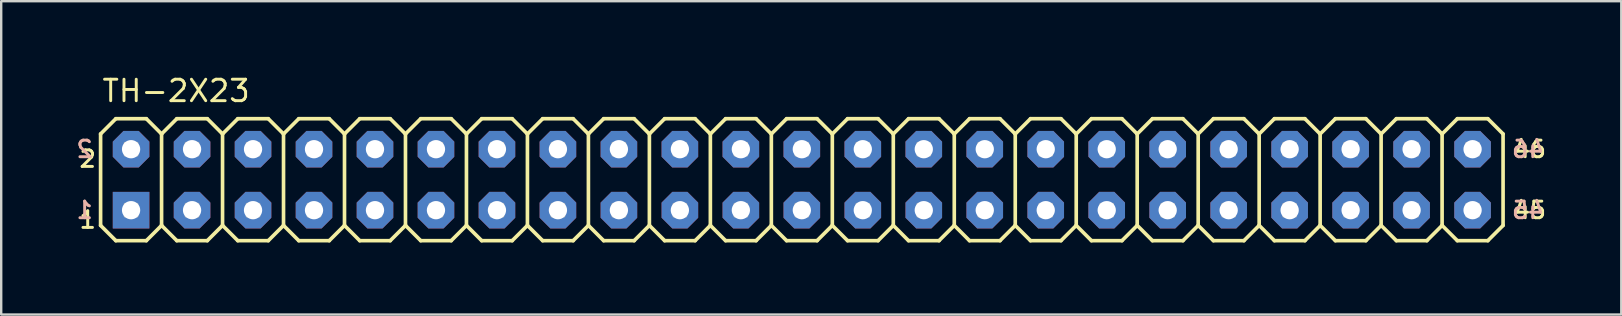
<source format=kicad_pcb>
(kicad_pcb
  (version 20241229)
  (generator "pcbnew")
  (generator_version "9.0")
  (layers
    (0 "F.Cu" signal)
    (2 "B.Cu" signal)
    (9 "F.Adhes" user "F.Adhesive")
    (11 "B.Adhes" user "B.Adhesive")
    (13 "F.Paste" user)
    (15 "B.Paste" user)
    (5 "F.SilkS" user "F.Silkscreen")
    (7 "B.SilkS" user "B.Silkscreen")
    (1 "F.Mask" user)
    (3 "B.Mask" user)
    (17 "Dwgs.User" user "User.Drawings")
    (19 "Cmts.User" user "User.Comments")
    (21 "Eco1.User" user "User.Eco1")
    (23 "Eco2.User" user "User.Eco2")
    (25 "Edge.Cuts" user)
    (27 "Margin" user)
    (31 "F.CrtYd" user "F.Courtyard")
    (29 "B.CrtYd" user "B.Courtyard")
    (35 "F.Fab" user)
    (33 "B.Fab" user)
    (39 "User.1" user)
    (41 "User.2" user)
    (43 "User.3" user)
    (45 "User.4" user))
  (footprint "TH-2X23"
    (layer "F.Cu")
    (at 30.35 4.435)
    (property "Reference" "TH-2X23" (at -29.21 -3.175 0) (layer "F.SilkS") (effects (font (size 0.894 0.894) (thickness 0.122)) (justify left bottom)))
    (fp_line (start -29.21 -1.905) (end -28.575 -2.54) (stroke (width 0.152) (type solid)) (layer "F.SilkS"))
    (fp_line (start -29.21 1.905) (end -29.21 -1.905) (stroke (width 0.152) (type solid)) (layer "F.SilkS"))
    (fp_line (start -29.21 1.905) (end -28.575 2.54) (stroke (width 0.152) (type solid)) (layer "F.SilkS"))
    (fp_line (start -28.575 -2.54) (end -27.305 -2.54) (stroke (width 0.152) (type solid)) (layer "F.SilkS"))
    (fp_line (start -28.575 2.54) (end -27.305 2.54) (stroke (width 0.152) (type solid)) (layer "F.SilkS"))
    (fp_line (start -27.305 -2.54) (end -26.67 -1.905) (stroke (width 0.152) (type solid)) (layer "F.SilkS"))
    (fp_line (start -27.305 2.54) (end -26.67 1.905) (stroke (width 0.152) (type solid)) (layer "F.SilkS"))
    (fp_line (start -26.67 -1.905) (end -26.67 1.905) (stroke (width 0.152) (type solid)) (layer "F.SilkS"))
    (fp_line (start -26.67 -1.905) (end -26.035 -2.54) (stroke (width 0.152) (type solid)) (layer "F.SilkS"))
    (fp_line (start -26.67 1.905) (end -26.035 2.54) (stroke (width 0.152) (type solid)) (layer "F.SilkS"))
    (fp_line (start -26.035 -2.54) (end -24.765 -2.54) (stroke (width 0.152) (type solid)) (layer "F.SilkS"))
    (fp_line (start -26.035 2.54) (end -24.765 2.54) (stroke (width 0.152) (type solid)) (layer "F.SilkS"))
    (fp_line (start -24.765 -2.54) (end -24.13 -1.905) (stroke (width 0.152) (type solid)) (layer "F.SilkS"))
    (fp_line (start -24.765 2.54) (end -24.13 1.905) (stroke (width 0.152) (type solid)) (layer "F.SilkS"))
    (fp_line (start -24.13 -1.905) (end -24.13 1.905) (stroke (width 0.152) (type solid)) (layer "F.SilkS"))
    (fp_line (start -24.13 -1.905) (end -23.495 -2.54) (stroke (width 0.152) (type solid)) (layer "F.SilkS"))
    (fp_line (start -24.13 1.905) (end -23.495 2.54) (stroke (width 0.152) (type solid)) (layer "F.SilkS"))
    (fp_line (start -23.495 -2.54) (end -22.225 -2.54) (stroke (width 0.152) (type solid)) (layer "F.SilkS"))
    (fp_line (start -23.495 2.54) (end -22.225 2.54) (stroke (width 0.152) (type solid)) (layer "F.SilkS"))
    (fp_line (start -22.225 -2.54) (end -21.59 -1.905) (stroke (width 0.152) (type solid)) (layer "F.SilkS"))
    (fp_line (start -22.225 2.54) (end -21.59 1.905) (stroke (width 0.152) (type solid)) (layer "F.SilkS"))
    (fp_line (start -21.59 -1.905) (end -21.59 1.905) (stroke (width 0.152) (type solid)) (layer "F.SilkS"))
    (fp_line (start -21.59 -1.905) (end -20.955 -2.54) (stroke (width 0.152) (type solid)) (layer "F.SilkS"))
    (fp_line (start -21.59 1.905) (end -20.955 2.54) (stroke (width 0.152) (type solid)) (layer "F.SilkS"))
    (fp_line (start -20.955 -2.54) (end -19.685 -2.54) (stroke (width 0.152) (type solid)) (layer "F.SilkS"))
    (fp_line (start -20.955 2.54) (end -19.685 2.54) (stroke (width 0.152) (type solid)) (layer "F.SilkS"))
    (fp_line (start -19.685 -2.54) (end -19.05 -1.905) (stroke (width 0.152) (type solid)) (layer "F.SilkS"))
    (fp_line (start -19.685 2.54) (end -19.05 1.905) (stroke (width 0.152) (type solid)) (layer "F.SilkS"))
    (fp_line (start -19.05 -1.905) (end -19.05 1.905) (stroke (width 0.152) (type solid)) (layer "F.SilkS"))
    (fp_line (start -19.05 -1.905) (end -18.415 -2.54) (stroke (width 0.152) (type solid)) (layer "F.SilkS"))
    (fp_line (start -19.05 1.905) (end -18.415 2.54) (stroke (width 0.152) (type solid)) (layer "F.SilkS"))
    (fp_line (start -18.415 -2.54) (end -17.145 -2.54) (stroke (width 0.152) (type solid)) (layer "F.SilkS"))
    (fp_line (start -18.415 2.54) (end -17.145 2.54) (stroke (width 0.152) (type solid)) (layer "F.SilkS"))
    (fp_line (start -17.145 -2.54) (end -16.51 -1.905) (stroke (width 0.152) (type solid)) (layer "F.SilkS"))
    (fp_line (start -17.145 2.54) (end -16.51 1.905) (stroke (width 0.152) (type solid)) (layer "F.SilkS"))
    (fp_line (start -16.51 -1.905) (end -16.51 1.905) (stroke (width 0.152) (type solid)) (layer "F.SilkS"))
    (fp_line (start -16.51 -1.905) (end -15.875 -2.54) (stroke (width 0.152) (type solid)) (layer "F.SilkS"))
    (fp_line (start -16.51 1.905) (end -15.875 2.54) (stroke (width 0.152) (type solid)) (layer "F.SilkS"))
    (fp_line (start -15.875 -2.54) (end -14.605 -2.54) (stroke (width 0.152) (type solid)) (layer "F.SilkS"))
    (fp_line (start -15.875 2.54) (end -14.605 2.54) (stroke (width 0.152) (type solid)) (layer "F.SilkS"))
    (fp_line (start -14.605 -2.54) (end -13.97 -1.905) (stroke (width 0.152) (type solid)) (layer "F.SilkS"))
    (fp_line (start -14.605 2.54) (end -13.97 1.905) (stroke (width 0.152) (type solid)) (layer "F.SilkS"))
    (fp_line (start -13.97 -1.905) (end -13.97 1.905) (stroke (width 0.152) (type solid)) (layer "F.SilkS"))
    (fp_line (start -13.97 -1.905) (end -13.335 -2.54) (stroke (width 0.152) (type solid)) (layer "F.SilkS"))
    (fp_line (start -13.97 1.905) (end -13.335 2.54) (stroke (width 0.152) (type solid)) (layer "F.SilkS"))
    (fp_line (start -13.335 -2.54) (end -12.065 -2.54) (stroke (width 0.152) (type solid)) (layer "F.SilkS"))
    (fp_line (start -12.065 -2.54) (end -11.43 -1.905) (stroke (width 0.152) (type solid)) (layer "F.SilkS"))
    (fp_line (start -12.065 2.54) (end -13.335 2.54) (stroke (width 0.152) (type solid)) (layer "F.SilkS"))
    (fp_line (start -11.43 -1.905) (end -11.43 1.905) (stroke (width 0.152) (type solid)) (layer "F.SilkS"))
    (fp_line (start -11.43 -1.905) (end -10.795 -2.54) (stroke (width 0.152) (type solid)) (layer "F.SilkS"))
    (fp_line (start -11.43 1.905) (end -12.065 2.54) (stroke (width 0.152) (type solid)) (layer "F.SilkS"))
    (fp_line (start -11.43 1.905) (end -10.795 2.54) (stroke (width 0.152) (type solid)) (layer "F.SilkS"))
    (fp_line (start -10.795 -2.54) (end -9.525 -2.54) (stroke (width 0.152) (type solid)) (layer "F.SilkS"))
    (fp_line (start -9.525 -2.54) (end -8.89 -1.905) (stroke (width 0.152) (type solid)) (layer "F.SilkS"))
    (fp_line (start -9.525 2.54) (end -10.795 2.54) (stroke (width 0.152) (type solid)) (layer "F.SilkS"))
    (fp_line (start -8.89 -1.905) (end -8.89 1.905) (stroke (width 0.152) (type solid)) (layer "F.SilkS"))
    (fp_line (start -8.89 -1.905) (end -8.255 -2.54) (stroke (width 0.152) (type solid)) (layer "F.SilkS"))
    (fp_line (start -8.89 1.905) (end -9.525 2.54) (stroke (width 0.152) (type solid)) (layer "F.SilkS"))
    (fp_line (start -8.89 1.905) (end -8.255 2.54) (stroke (width 0.152) (type solid)) (layer "F.SilkS"))
    (fp_line (start -8.255 -2.54) (end -6.985 -2.54) (stroke (width 0.152) (type solid)) (layer "F.SilkS"))
    (fp_line (start -6.985 -2.54) (end -6.35 -1.905) (stroke (width 0.152) (type solid)) (layer "F.SilkS"))
    (fp_line (start -6.985 2.54) (end -8.255 2.54) (stroke (width 0.152) (type solid)) (layer "F.SilkS"))
    (fp_line (start -6.35 -1.905) (end -6.35 1.905) (stroke (width 0.152) (type solid)) (layer "F.SilkS"))
    (fp_line (start -6.35 -1.905) (end -5.715 -2.54) (stroke (width 0.152) (type solid)) (layer "F.SilkS"))
    (fp_line (start -6.35 1.905) (end -6.985 2.54) (stroke (width 0.152) (type solid)) (layer "F.SilkS"))
    (fp_line (start -6.35 1.905) (end -5.715 2.54) (stroke (width 0.152) (type solid)) (layer "F.SilkS"))
    (fp_line (start -5.715 -2.54) (end -4.445 -2.54) (stroke (width 0.152) (type solid)) (layer "F.SilkS"))
    (fp_line (start -4.445 -2.54) (end -3.81 -1.905) (stroke (width 0.152) (type solid)) (layer "F.SilkS"))
    (fp_line (start -4.445 2.54) (end -5.715 2.54) (stroke (width 0.152) (type solid)) (layer "F.SilkS"))
    (fp_line (start -3.81 -1.905) (end -3.81 1.905) (stroke (width 0.152) (type solid)) (layer "F.SilkS"))
    (fp_line (start -3.81 -1.905) (end -3.175 -2.54) (stroke (width 0.152) (type solid)) (layer "F.SilkS"))
    (fp_line (start -3.81 1.905) (end -4.445 2.54) (stroke (width 0.152) (type solid)) (layer "F.SilkS"))
    (fp_line (start -3.81 1.905) (end -3.175 2.54) (stroke (width 0.152) (type solid)) (layer "F.SilkS"))
    (fp_line (start -3.175 -2.54) (end -1.905 -2.54) (stroke (width 0.152) (type solid)) (layer "F.SilkS"))
    (fp_line (start -1.905 -2.54) (end -1.27 -1.905) (stroke (width 0.152) (type solid)) (layer "F.SilkS"))
    (fp_line (start -1.905 2.54) (end -3.175 2.54) (stroke (width 0.152) (type solid)) (layer "F.SilkS"))
    (fp_line (start -1.27 -1.905) (end -1.27 1.905) (stroke (width 0.152) (type solid)) (layer "F.SilkS"))
    (fp_line (start -1.27 -1.905) (end -0.635 -2.54) (stroke (width 0.152) (type solid)) (layer "F.SilkS"))
    (fp_line (start -1.27 1.905) (end -1.905 2.54) (stroke (width 0.152) (type solid)) (layer "F.SilkS"))
    (fp_line (start -1.27 1.905) (end -0.635 2.54) (stroke (width 0.152) (type solid)) (layer "F.SilkS"))
    (fp_line (start -0.635 -2.54) (end 0.635 -2.54) (stroke (width 0.152) (type solid)) (layer "F.SilkS"))
    (fp_line (start 0.635 2.54) (end -0.635 2.54) (stroke (width 0.152) (type solid)) (layer "F.SilkS"))
    (fp_line (start 1.27 -1.905) (end 0.635 -2.54) (stroke (width 0.152) (type solid)) (layer "F.SilkS"))
    (fp_line (start 1.27 -1.905) (end 1.27 1.905) (stroke (width 0.152) (type solid)) (layer "F.SilkS"))
    (fp_line (start 1.27 -1.905) (end 1.905 -2.54) (stroke (width 0.152) (type solid)) (layer "F.SilkS"))
    (fp_line (start 1.27 1.905) (end 0.635 2.54) (stroke (width 0.152) (type solid)) (layer "F.SilkS"))
    (fp_line (start 1.27 1.905) (end 1.905 2.54) (stroke (width 0.152) (type solid)) (layer "F.SilkS"))
    (fp_line (start 3.175 -2.54) (end 1.905 -2.54) (stroke (width 0.152) (type solid)) (layer "F.SilkS"))
    (fp_line (start 3.175 -2.54) (end 3.81 -1.905) (stroke (width 0.152) (type solid)) (layer "F.SilkS"))
    (fp_line (start 3.175 2.54) (end 1.905 2.54) (stroke (width 0.152) (type solid)) (layer "F.SilkS"))
    (fp_line (start 3.81 -1.905) (end 3.81 1.905) (stroke (width 0.152) (type solid)) (layer "F.SilkS"))
    (fp_line (start 3.81 -1.905) (end 4.445 -2.54) (stroke (width 0.152) (type solid)) (layer "F.SilkS"))
    (fp_line (start 3.81 1.905) (end 3.175 2.54) (stroke (width 0.152) (type solid)) (layer "F.SilkS"))
    (fp_line (start 3.81 1.905) (end 4.445 2.54) (stroke (width 0.152) (type solid)) (layer "F.SilkS"))
    (fp_line (start 5.715 -2.54) (end 4.445 -2.54) (stroke (width 0.152) (type solid)) (layer "F.SilkS"))
    (fp_line (start 5.715 -2.54) (end 6.35 -1.905) (stroke (width 0.152) (type solid)) (layer "F.SilkS"))
    (fp_line (start 5.715 2.54) (end 4.445 2.54) (stroke (width 0.152) (type solid)) (layer "F.SilkS"))
    (fp_line (start 6.35 -1.905) (end 6.35 1.905) (stroke (width 0.152) (type solid)) (layer "F.SilkS"))
    (fp_line (start 6.35 -1.905) (end 6.985 -2.54) (stroke (width 0.152) (type solid)) (layer "F.SilkS"))
    (fp_line (start 6.35 1.905) (end 5.715 2.54) (stroke (width 0.152) (type solid)) (layer "F.SilkS"))
    (fp_line (start 6.985 2.54) (end 6.35 1.905) (stroke (width 0.152) (type solid)) (layer "F.SilkS"))
    (fp_line (start 6.985 2.54) (end 8.255 2.54) (stroke (width 0.152) (type solid)) (layer "F.SilkS"))
    (fp_line (start 8.255 -2.54) (end 6.985 -2.54) (stroke (width 0.152) (type solid)) (layer "F.SilkS"))
    (fp_line (start 8.255 -2.54) (end 8.89 -1.905) (stroke (width 0.152) (type solid)) (layer "F.SilkS"))
    (fp_line (start 8.89 -1.905) (end 8.89 1.905) (stroke (width 0.152) (type solid)) (layer "F.SilkS"))
    (fp_line (start 8.89 -1.905) (end 9.525 -2.54) (stroke (width 0.152) (type solid)) (layer "F.SilkS"))
    (fp_line (start 8.89 1.905) (end 8.255 2.54) (stroke (width 0.152) (type solid)) (layer "F.SilkS"))
    (fp_line (start 9.525 2.54) (end 8.89 1.905) (stroke (width 0.152) (type solid)) (layer "F.SilkS"))
    (fp_line (start 9.525 2.54) (end 10.795 2.54) (stroke (width 0.152) (type solid)) (layer "F.SilkS"))
    (fp_line (start 10.795 -2.54) (end 9.525 -2.54) (stroke (width 0.152) (type solid)) (layer "F.SilkS"))
    (fp_line (start 10.795 -2.54) (end 11.43 -1.905) (stroke (width 0.152) (type solid)) (layer "F.SilkS"))
    (fp_line (start 11.43 -1.905) (end 11.43 1.905) (stroke (width 0.152) (type solid)) (layer "F.SilkS"))
    (fp_line (start 11.43 -1.905) (end 12.065 -2.54) (stroke (width 0.152) (type solid)) (layer "F.SilkS"))
    (fp_line (start 11.43 1.905) (end 10.795 2.54) (stroke (width 0.152) (type solid)) (layer "F.SilkS"))
    (fp_line (start 11.43 1.905) (end 12.065 2.54) (stroke (width 0.152) (type solid)) (layer "F.SilkS"))
    (fp_line (start 13.335 -2.54) (end 12.065 -2.54) (stroke (width 0.152) (type solid)) (layer "F.SilkS"))
    (fp_line (start 13.335 -2.54) (end 13.97 -1.905) (stroke (width 0.152) (type solid)) (layer "F.SilkS"))
    (fp_line (start 13.335 2.54) (end 12.065 2.54) (stroke (width 0.152) (type solid)) (layer "F.SilkS"))
    (fp_line (start 13.97 -1.905) (end 13.97 1.905) (stroke (width 0.152) (type solid)) (layer "F.SilkS"))
    (fp_line (start 13.97 -1.905) (end 14.605 -2.54) (stroke (width 0.152) (type solid)) (layer "F.SilkS"))
    (fp_line (start 13.97 1.905) (end 13.335 2.54) (stroke (width 0.152) (type solid)) (layer "F.SilkS"))
    (fp_line (start 13.97 1.905) (end 14.605 2.54) (stroke (width 0.152) (type solid)) (layer "F.SilkS"))
    (fp_line (start 15.875 -2.54) (end 14.605 -2.54) (stroke (width 0.152) (type solid)) (layer "F.SilkS"))
    (fp_line (start 15.875 -2.54) (end 16.51 -1.905) (stroke (width 0.152) (type solid)) (layer "F.SilkS"))
    (fp_line (start 15.875 2.54) (end 14.605 2.54) (stroke (width 0.152) (type solid)) (layer "F.SilkS"))
    (fp_line (start 16.51 -1.905) (end 16.51 1.905) (stroke (width 0.152) (type solid)) (layer "F.SilkS"))
    (fp_line (start 16.51 -1.905) (end 17.145 -2.54) (stroke (width 0.152) (type solid)) (layer "F.SilkS"))
    (fp_line (start 16.51 1.905) (end 15.875 2.54) (stroke (width 0.152) (type solid)) (layer "F.SilkS"))
    (fp_line (start 16.51 1.905) (end 17.145 2.54) (stroke (width 0.152) (type solid)) (layer "F.SilkS"))
    (fp_line (start 18.415 -2.54) (end 17.145 -2.54) (stroke (width 0.152) (type solid)) (layer "F.SilkS"))
    (fp_line (start 18.415 -2.54) (end 19.05 -1.905) (stroke (width 0.152) (type solid)) (layer "F.SilkS"))
    (fp_line (start 18.415 2.54) (end 17.145 2.54) (stroke (width 0.152) (type solid)) (layer "F.SilkS"))
    (fp_line (start 19.05 -1.905) (end 19.05 1.905) (stroke (width 0.152) (type solid)) (layer "F.SilkS"))
    (fp_line (start 19.05 -1.905) (end 19.685 -2.54) (stroke (width 0.152) (type solid)) (layer "F.SilkS"))
    (fp_line (start 19.05 1.905) (end 18.415 2.54) (stroke (width 0.152) (type solid)) (layer "F.SilkS"))
    (fp_line (start 19.05 1.905) (end 19.685 2.54) (stroke (width 0.152) (type solid)) (layer "F.SilkS"))
    (fp_line (start 20.955 -2.54) (end 19.685 -2.54) (stroke (width 0.152) (type solid)) (layer "F.SilkS"))
    (fp_line (start 20.955 -2.54) (end 21.59 -1.905) (stroke (width 0.152) (type solid)) (layer "F.SilkS"))
    (fp_line (start 20.955 2.54) (end 19.685 2.54) (stroke (width 0.152) (type solid)) (layer "F.SilkS"))
    (fp_line (start 21.59 -1.905) (end 21.59 1.905) (stroke (width 0.152) (type solid)) (layer "F.SilkS"))
    (fp_line (start 21.59 -1.905) (end 22.225 -2.54) (stroke (width 0.152) (type solid)) (layer "F.SilkS"))
    (fp_line (start 21.59 1.905) (end 20.955 2.54) (stroke (width 0.152) (type solid)) (layer "F.SilkS"))
    (fp_line (start 21.59 1.905) (end 22.225 2.54) (stroke (width 0.152) (type solid)) (layer "F.SilkS"))
    (fp_line (start 23.495 -2.54) (end 22.225 -2.54) (stroke (width 0.152) (type solid)) (layer "F.SilkS"))
    (fp_line (start 23.495 -2.54) (end 24.13 -1.905) (stroke (width 0.152) (type solid)) (layer "F.SilkS"))
    (fp_line (start 23.495 2.54) (end 22.225 2.54) (stroke (width 0.152) (type solid)) (layer "F.SilkS"))
    (fp_line (start 24.13 -1.905) (end 24.13 1.905) (stroke (width 0.152) (type solid)) (layer "F.SilkS"))
    (fp_line (start 24.13 -1.905) (end 24.765 -2.54) (stroke (width 0.152) (type solid)) (layer "F.SilkS"))
    (fp_line (start 24.13 1.905) (end 23.495 2.54) (stroke (width 0.152) (type solid)) (layer "F.SilkS"))
    (fp_line (start 24.13 1.905) (end 24.765 2.54) (stroke (width 0.152) (type solid)) (layer "F.SilkS"))
    (fp_line (start 26.035 -2.54) (end 24.765 -2.54) (stroke (width 0.152) (type solid)) (layer "F.SilkS"))
    (fp_line (start 26.035 -2.54) (end 26.67 -1.905) (stroke (width 0.152) (type solid)) (layer "F.SilkS"))
    (fp_line (start 26.035 2.54) (end 24.765 2.54) (stroke (width 0.152) (type solid)) (layer "F.SilkS"))
    (fp_line (start 26.67 -1.905) (end 26.67 1.905) (stroke (width 0.152) (type solid)) (layer "F.SilkS"))
    (fp_line (start 26.67 -1.905) (end 27.305 -2.54) (stroke (width 0.152) (type solid)) (layer "F.SilkS"))
    (fp_line (start 26.67 1.905) (end 26.035 2.54) (stroke (width 0.152) (type solid)) (layer "F.SilkS"))
    (fp_line (start 26.67 1.905) (end 27.305 2.54) (stroke (width 0.152) (type solid)) (layer "F.SilkS"))
    (fp_line (start 28.575 -2.54) (end 27.305 -2.54) (stroke (width 0.152) (type solid)) (layer "F.SilkS"))
    (fp_line (start 28.575 -2.54) (end 29.21 -1.905) (stroke (width 0.152) (type solid)) (layer "F.SilkS"))
    (fp_line (start 28.575 2.54) (end 27.305 2.54) (stroke (width 0.152) (type solid)) (layer "F.SilkS"))
    (fp_line (start 29.21 -1.905) (end 29.21 1.905) (stroke (width 0.152) (type solid)) (layer "F.SilkS"))
    (fp_line (start 29.21 1.905) (end 28.575 2.54) (stroke (width 0.152) (type solid)) (layer "F.SilkS"))
    (fp_poly (pts (xy -28.194 -1.016) (xy -27.686 -1.016) (xy -27.686 -1.524) (xy -28.194 -1.524)) (stroke (width 0.1) (type default)) (fill no) (layer "F.Fab"))
    (fp_poly (pts (xy -28.194 1.524) (xy -27.686 1.524) (xy -27.686 1.016) (xy -28.194 1.016)) (stroke (width 0.1) (type default)) (fill no) (layer "F.Fab"))
    (fp_poly (pts (xy -25.654 -1.016) (xy -25.146 -1.016) (xy -25.146 -1.524) (xy -25.654 -1.524)) (stroke (width 0.1) (type default)) (fill no) (layer "F.Fab"))
    (fp_poly (pts (xy -25.654 1.524) (xy -25.146 1.524) (xy -25.146 1.016) (xy -25.654 1.016)) (stroke (width 0.1) (type default)) (fill no) (layer "F.Fab"))
    (fp_poly (pts (xy -23.114 -1.016) (xy -22.606 -1.016) (xy -22.606 -1.524) (xy -23.114 -1.524)) (stroke (width 0.1) (type default)) (fill no) (layer "F.Fab"))
    (fp_poly (pts (xy -23.114 1.524) (xy -22.606 1.524) (xy -22.606 1.016) (xy -23.114 1.016)) (stroke (width 0.1) (type default)) (fill no) (layer "F.Fab"))
    (fp_poly (pts (xy -20.574 -1.016) (xy -20.066 -1.016) (xy -20.066 -1.524) (xy -20.574 -1.524)) (stroke (width 0.1) (type default)) (fill no) (layer "F.Fab"))
    (fp_poly (pts (xy -20.574 1.524) (xy -20.066 1.524) (xy -20.066 1.016) (xy -20.574 1.016)) (stroke (width 0.1) (type default)) (fill no) (layer "F.Fab"))
    (fp_poly (pts (xy -18.034 -1.016) (xy -17.526 -1.016) (xy -17.526 -1.524) (xy -18.034 -1.524)) (stroke (width 0.1) (type default)) (fill no) (layer "F.Fab"))
    (fp_poly (pts (xy -18.034 1.524) (xy -17.526 1.524) (xy -17.526 1.016) (xy -18.034 1.016)) (stroke (width 0.1) (type default)) (fill no) (layer "F.Fab"))
    (fp_poly (pts (xy -15.494 -1.016) (xy -14.986 -1.016) (xy -14.986 -1.524) (xy -15.494 -1.524)) (stroke (width 0.1) (type default)) (fill no) (layer "F.Fab"))
    (fp_poly (pts (xy -15.494 1.524) (xy -14.986 1.524) (xy -14.986 1.016) (xy -15.494 1.016)) (stroke (width 0.1) (type default)) (fill no) (layer "F.Fab"))
    (fp_poly (pts (xy -12.954 -1.016) (xy -12.446 -1.016) (xy -12.446 -1.524) (xy -12.954 -1.524)) (stroke (width 0.1) (type default)) (fill no) (layer "F.Fab"))
    (fp_poly (pts (xy -12.954 1.524) (xy -12.446 1.524) (xy -12.446 1.016) (xy -12.954 1.016)) (stroke (width 0.1) (type default)) (fill no) (layer "F.Fab"))
    (fp_poly (pts (xy -10.414 -1.016) (xy -9.906 -1.016) (xy -9.906 -1.524) (xy -10.414 -1.524)) (stroke (width 0.1) (type default)) (fill no) (layer "F.Fab"))
    (fp_poly (pts (xy -10.414 1.524) (xy -9.906 1.524) (xy -9.906 1.016) (xy -10.414 1.016)) (stroke (width 0.1) (type default)) (fill no) (layer "F.Fab"))
    (fp_poly (pts (xy -7.874 -1.016) (xy -7.366 -1.016) (xy -7.366 -1.524) (xy -7.874 -1.524)) (stroke (width 0.1) (type default)) (fill no) (layer "F.Fab"))
    (fp_poly (pts (xy -7.874 1.524) (xy -7.366 1.524) (xy -7.366 1.016) (xy -7.874 1.016)) (stroke (width 0.1) (type default)) (fill no) (layer "F.Fab"))
    (fp_poly (pts (xy -5.334 -1.016) (xy -4.826 -1.016) (xy -4.826 -1.524) (xy -5.334 -1.524)) (stroke (width 0.1) (type default)) (fill no) (layer "F.Fab"))
    (fp_poly (pts (xy -5.334 1.524) (xy -4.826 1.524) (xy -4.826 1.016) (xy -5.334 1.016)) (stroke (width 0.1) (type default)) (fill no) (layer "F.Fab"))
    (fp_poly (pts (xy -2.794 -1.016) (xy -2.286 -1.016) (xy -2.286 -1.524) (xy -2.794 -1.524)) (stroke (width 0.1) (type default)) (fill no) (layer "F.Fab"))
    (fp_poly (pts (xy -2.794 1.524) (xy -2.286 1.524) (xy -2.286 1.016) (xy -2.794 1.016)) (stroke (width 0.1) (type default)) (fill no) (layer "F.Fab"))
    (fp_poly (pts (xy -0.254 -1.016) (xy 0.254 -1.016) (xy 0.254 -1.524) (xy -0.254 -1.524)) (stroke (width 0.1) (type default)) (fill no) (layer "F.Fab"))
    (fp_poly (pts (xy -0.254 1.524) (xy 0.254 1.524) (xy 0.254 1.016) (xy -0.254 1.016)) (stroke (width 0.1) (type default)) (fill no) (layer "F.Fab"))
    (fp_poly (pts (xy 2.286 -1.016) (xy 2.794 -1.016) (xy 2.794 -1.524) (xy 2.286 -1.524)) (stroke (width 0.1) (type default)) (fill no) (layer "F.Fab"))
    (fp_poly (pts (xy 2.286 1.524) (xy 2.794 1.524) (xy 2.794 1.016) (xy 2.286 1.016)) (stroke (width 0.1) (type default)) (fill no) (layer "F.Fab"))
    (fp_poly (pts (xy 4.826 -1.016) (xy 5.334 -1.016) (xy 5.334 -1.524) (xy 4.826 -1.524)) (stroke (width 0.1) (type default)) (fill no) (layer "F.Fab"))
    (fp_poly (pts (xy 4.826 1.524) (xy 5.334 1.524) (xy 5.334 1.016) (xy 4.826 1.016)) (stroke (width 0.1) (type default)) (fill no) (layer "F.Fab"))
    (fp_poly (pts (xy 7.366 -1.016) (xy 7.874 -1.016) (xy 7.874 -1.524) (xy 7.366 -1.524)) (stroke (width 0.1) (type default)) (fill no) (layer "F.Fab"))
    (fp_poly (pts (xy 7.366 1.524) (xy 7.874 1.524) (xy 7.874 1.016) (xy 7.366 1.016)) (stroke (width 0.1) (type default)) (fill no) (layer "F.Fab"))
    (fp_poly (pts (xy 9.906 -1.016) (xy 10.414 -1.016) (xy 10.414 -1.524) (xy 9.906 -1.524)) (stroke (width 0.1) (type default)) (fill no) (layer "F.Fab"))
    (fp_poly (pts (xy 9.906 1.524) (xy 10.414 1.524) (xy 10.414 1.016) (xy 9.906 1.016)) (stroke (width 0.1) (type default)) (fill no) (layer "F.Fab"))
    (fp_poly (pts (xy 12.446 -1.016) (xy 12.954 -1.016) (xy 12.954 -1.524) (xy 12.446 -1.524)) (stroke (width 0.1) (type default)) (fill no) (layer "F.Fab"))
    (fp_poly (pts (xy 12.446 1.524) (xy 12.954 1.524) (xy 12.954 1.016) (xy 12.446 1.016)) (stroke (width 0.1) (type default)) (fill no) (layer "F.Fab"))
    (fp_poly (pts (xy 14.986 -1.016) (xy 15.494 -1.016) (xy 15.494 -1.524) (xy 14.986 -1.524)) (stroke (width 0.1) (type default)) (fill no) (layer "F.Fab"))
    (fp_poly (pts (xy 14.986 1.524) (xy 15.494 1.524) (xy 15.494 1.016) (xy 14.986 1.016)) (stroke (width 0.1) (type default)) (fill no) (layer "F.Fab"))
    (fp_poly (pts (xy 17.526 -1.016) (xy 18.034 -1.016) (xy 18.034 -1.524) (xy 17.526 -1.524)) (stroke (width 0.1) (type default)) (fill no) (layer "F.Fab"))
    (fp_poly (pts (xy 17.526 1.524) (xy 18.034 1.524) (xy 18.034 1.016) (xy 17.526 1.016)) (stroke (width 0.1) (type default)) (fill no) (layer "F.Fab"))
    (fp_poly (pts (xy 20.066 -1.016) (xy 20.574 -1.016) (xy 20.574 -1.524) (xy 20.066 -1.524)) (stroke (width 0.1) (type default)) (fill no) (layer "F.Fab"))
    (fp_poly (pts (xy 20.066 1.524) (xy 20.574 1.524) (xy 20.574 1.016) (xy 20.066 1.016)) (stroke (width 0.1) (type default)) (fill no) (layer "F.Fab"))
    (fp_poly (pts (xy 22.606 -1.016) (xy 23.114 -1.016) (xy 23.114 -1.524) (xy 22.606 -1.524)) (stroke (width 0.1) (type default)) (fill no) (layer "F.Fab"))
    (fp_poly (pts (xy 22.606 1.524) (xy 23.114 1.524) (xy 23.114 1.016) (xy 22.606 1.016)) (stroke (width 0.1) (type default)) (fill no) (layer "F.Fab"))
    (fp_poly (pts (xy 25.146 -1.016) (xy 25.654 -1.016) (xy 25.654 -1.524) (xy 25.146 -1.524)) (stroke (width 0.1) (type default)) (fill no) (layer "F.Fab"))
    (fp_poly (pts (xy 25.146 1.524) (xy 25.654 1.524) (xy 25.654 1.016) (xy 25.146 1.016)) (stroke (width 0.1) (type default)) (fill no) (layer "F.Fab"))
    (fp_poly (pts (xy 27.686 -1.016) (xy 28.194 -1.016) (xy 28.194 -1.524) (xy 27.686 -1.524)) (stroke (width 0.1) (type default)) (fill no) (layer "F.Fab"))
    (fp_poly (pts (xy 27.686 1.524) (xy 28.194 1.524) (xy 28.194 1.016) (xy 27.686 1.016)) (stroke (width 0.1) (type default)) (fill no) (layer "F.Fab"))
    (fp_text user "45" (at 29.591 1.27 0) (layer "F.SilkS") (effects (font (size 0.691 0.691) (thickness 0.122)) (justify left)))
    (fp_text user "1" (at -29.337 1.27 0) (layer "F.SilkS") (effects (font (size 0.691 0.691) (thickness 0.122)) (justify right top)))
    (fp_text user "46" (at 29.591 -1.27 0) (layer "F.SilkS") (effects (font (size 0.691 0.691) (thickness 0.122)) (justify left)))
    (fp_text user "2" (at -29.337 -1.27 0) (layer "F.SilkS") (effects (font (size 0.691 0.691) (thickness 0.122)) (justify right top)))
    (fp_text user "2" (at -29.464 -1.27 0) (layer "B.SilkS") (effects (font (size 0.691 0.691) (thickness 0.122)) (justify left mirror)))
    (fp_text user "46" (at 30.988 -1.27 0) (layer "B.SilkS") (effects (font (size 0.691 0.691) (thickness 0.122)) (justify left mirror)))
    (fp_text user "1" (at -29.464 1.27 0) (layer "B.SilkS") (effects (font (size 0.691 0.691) (thickness 0.122)) (justify left mirror)))
    (fp_text user "45" (at 30.988 1.27 0) (layer "B.SilkS") (effects (font (size 0.691 0.691) (thickness 0.122)) (justify left mirror)))
    (pad "1" thru_hole rect (at -27.94 1.27) (size 1.524 1.524) (drill 0.762) (layers "*.Cu" "*.Mask"))
    (pad "2" thru_hole roundrect (at -27.94 -1.27) (size 1.524 1.524) (drill 0.762) (layers "*.Cu" "*.Mask") (roundrect_rratio 0.25) (chamfer_ratio 0.293) (chamfer top_left top_right bottom_left bottom_right))
    (pad "3" thru_hole roundrect (at -25.4 1.27) (size 1.524 1.524) (drill 0.762) (layers "*.Cu" "*.Mask") (roundrect_rratio 0.25) (chamfer_ratio 0.293) (chamfer top_left top_right bottom_left bottom_right))
    (pad "4" thru_hole roundrect (at -25.4 -1.27) (size 1.524 1.524) (drill 0.762) (layers "*.Cu" "*.Mask") (roundrect_rratio 0.25) (chamfer_ratio 0.293) (chamfer top_left top_right bottom_left bottom_right))
    (pad "5" thru_hole roundrect (at -22.86 1.27) (size 1.524 1.524) (drill 0.762) (layers "*.Cu" "*.Mask") (roundrect_rratio 0.25) (chamfer_ratio 0.293) (chamfer top_left top_right bottom_left bottom_right))
    (pad "6" thru_hole roundrect (at -22.86 -1.27) (size 1.524 1.524) (drill 0.762) (layers "*.Cu" "*.Mask") (roundrect_rratio 0.25) (chamfer_ratio 0.293) (chamfer top_left top_right bottom_left bottom_right))
    (pad "7" thru_hole roundrect (at -20.32 1.27) (size 1.524 1.524) (drill 0.762) (layers "*.Cu" "*.Mask") (roundrect_rratio 0.25) (chamfer_ratio 0.293) (chamfer top_left top_right bottom_left bottom_right))
    (pad "8" thru_hole roundrect (at -20.32 -1.27) (size 1.524 1.524) (drill 0.762) (layers "*.Cu" "*.Mask") (roundrect_rratio 0.25) (chamfer_ratio 0.293) (chamfer top_left top_right bottom_left bottom_right))
    (pad "9" thru_hole roundrect (at -17.78 1.27) (size 1.524 1.524) (drill 0.762) (layers "*.Cu" "*.Mask") (roundrect_rratio 0.25) (chamfer_ratio 0.293) (chamfer top_left top_right bottom_left bottom_right))
    (pad "10" thru_hole roundrect (at -17.78 -1.27) (size 1.524 1.524) (drill 0.762) (layers "*.Cu" "*.Mask") (roundrect_rratio 0.25) (chamfer_ratio 0.293) (chamfer top_left top_right bottom_left bottom_right))
    (pad "11" thru_hole roundrect (at -15.24 1.27) (size 1.524 1.524) (drill 0.762) (layers "*.Cu" "*.Mask") (roundrect_rratio 0.25) (chamfer_ratio 0.293) (chamfer top_left top_right bottom_left bottom_right))
    (pad "12" thru_hole roundrect (at -15.24 -1.27) (size 1.524 1.524) (drill 0.762) (layers "*.Cu" "*.Mask") (roundrect_rratio 0.25) (chamfer_ratio 0.293) (chamfer top_left top_right bottom_left bottom_right))
    (pad "13" thru_hole roundrect (at -12.7 1.27) (size 1.524 1.524) (drill 0.762) (layers "*.Cu" "*.Mask") (roundrect_rratio 0.25) (chamfer_ratio 0.293) (chamfer top_left top_right bottom_left bottom_right))
    (pad "14" thru_hole roundrect (at -12.7 -1.27) (size 1.524 1.524) (drill 0.762) (layers "*.Cu" "*.Mask") (roundrect_rratio 0.25) (chamfer_ratio 0.293) (chamfer top_left top_right bottom_left bottom_right))
    (pad "15" thru_hole roundrect (at -10.16 1.27) (size 1.524 1.524) (drill 0.762) (layers "*.Cu" "*.Mask") (roundrect_rratio 0.25) (chamfer_ratio 0.293) (chamfer top_left top_right bottom_left bottom_right))
    (pad "16" thru_hole roundrect (at -10.16 -1.27) (size 1.524 1.524) (drill 0.762) (layers "*.Cu" "*.Mask") (roundrect_rratio 0.25) (chamfer_ratio 0.293) (chamfer top_left top_right bottom_left bottom_right))
    (pad "17" thru_hole roundrect (at -7.62 1.27) (size 1.524 1.524) (drill 0.762) (layers "*.Cu" "*.Mask") (roundrect_rratio 0.25) (chamfer_ratio 0.293) (chamfer top_left top_right bottom_left bottom_right))
    (pad "18" thru_hole roundrect (at -7.62 -1.27) (size 1.524 1.524) (drill 0.762) (layers "*.Cu" "*.Mask") (roundrect_rratio 0.25) (chamfer_ratio 0.293) (chamfer top_left top_right bottom_left bottom_right))
    (pad "19" thru_hole roundrect (at -5.08 1.27) (size 1.524 1.524) (drill 0.762) (layers "*.Cu" "*.Mask") (roundrect_rratio 0.25) (chamfer_ratio 0.293) (chamfer top_left top_right bottom_left bottom_right))
    (pad "20" thru_hole roundrect (at -5.08 -1.27) (size 1.524 1.524) (drill 0.762) (layers "*.Cu" "*.Mask") (roundrect_rratio 0.25) (chamfer_ratio 0.293) (chamfer top_left top_right bottom_left bottom_right))
    (pad "21" thru_hole roundrect (at -2.54 1.27) (size 1.524 1.524) (drill 0.762) (layers "*.Cu" "*.Mask") (roundrect_rratio 0.25) (chamfer_ratio 0.293) (chamfer top_left top_right bottom_left bottom_right))
    (pad "22" thru_hole roundrect (at -2.54 -1.27) (size 1.524 1.524) (drill 0.762) (layers "*.Cu" "*.Mask") (roundrect_rratio 0.25) (chamfer_ratio 0.293) (chamfer top_left top_right bottom_left bottom_right))
    (pad "23" thru_hole roundrect (at 0 1.27) (size 1.524 1.524) (drill 0.762) (layers "*.Cu" "*.Mask") (roundrect_rratio 0.25) (chamfer_ratio 0.293) (chamfer top_left top_right bottom_left bottom_right))
    (pad "24" thru_hole roundrect (at 0 -1.27) (size 1.524 1.524) (drill 0.762) (layers "*.Cu" "*.Mask") (roundrect_rratio 0.25) (chamfer_ratio 0.293) (chamfer top_left top_right bottom_left bottom_right))
    (pad "25" thru_hole roundrect (at 2.54 1.27) (size 1.524 1.524) (drill 0.762) (layers "*.Cu" "*.Mask") (roundrect_rratio 0.25) (chamfer_ratio 0.293) (chamfer top_left top_right bottom_left bottom_right))
    (pad "26" thru_hole roundrect (at 2.54 -1.27) (size 1.524 1.524) (drill 0.762) (layers "*.Cu" "*.Mask") (roundrect_rratio 0.25) (chamfer_ratio 0.293) (chamfer top_left top_right bottom_left bottom_right))
    (pad "27" thru_hole roundrect (at 5.08 1.27) (size 1.524 1.524) (drill 0.762) (layers "*.Cu" "*.Mask") (roundrect_rratio 0.25) (chamfer_ratio 0.293) (chamfer top_left top_right bottom_left bottom_right))
    (pad "28" thru_hole roundrect (at 5.08 -1.27) (size 1.524 1.524) (drill 0.762) (layers "*.Cu" "*.Mask") (roundrect_rratio 0.25) (chamfer_ratio 0.293) (chamfer top_left top_right bottom_left bottom_right))
    (pad "29" thru_hole roundrect (at 7.62 1.27) (size 1.524 1.524) (drill 0.762) (layers "*.Cu" "*.Mask") (roundrect_rratio 0.25) (chamfer_ratio 0.293) (chamfer top_left top_right bottom_left bottom_right))
    (pad "30" thru_hole roundrect (at 7.62 -1.27) (size 1.524 1.524) (drill 0.762) (layers "*.Cu" "*.Mask") (roundrect_rratio 0.25) (chamfer_ratio 0.293) (chamfer top_left top_right bottom_left bottom_right))
    (pad "31" thru_hole roundrect (at 10.16 1.27) (size 1.524 1.524) (drill 0.762) (layers "*.Cu" "*.Mask") (roundrect_rratio 0.25) (chamfer_ratio 0.293) (chamfer top_left top_right bottom_left bottom_right))
    (pad "32" thru_hole roundrect (at 10.16 -1.27) (size 1.524 1.524) (drill 0.762) (layers "*.Cu" "*.Mask") (roundrect_rratio 0.25) (chamfer_ratio 0.293) (chamfer top_left top_right bottom_left bottom_right))
    (pad "33" thru_hole roundrect (at 12.7 1.27) (size 1.524 1.524) (drill 0.762) (layers "*.Cu" "*.Mask") (roundrect_rratio 0.25) (chamfer_ratio 0.293) (chamfer top_left top_right bottom_left bottom_right))
    (pad "34" thru_hole roundrect (at 12.7 -1.27) (size 1.524 1.524) (drill 0.762) (layers "*.Cu" "*.Mask") (roundrect_rratio 0.25) (chamfer_ratio 0.293) (chamfer top_left top_right bottom_left bottom_right))
    (pad "35" thru_hole roundrect (at 15.24 1.27) (size 1.524 1.524) (drill 0.762) (layers "*.Cu" "*.Mask") (roundrect_rratio 0.25) (chamfer_ratio 0.293) (chamfer top_left top_right bottom_left bottom_right))
    (pad "36" thru_hole roundrect (at 15.24 -1.27) (size 1.524 1.524) (drill 0.762) (layers "*.Cu" "*.Mask") (roundrect_rratio 0.25) (chamfer_ratio 0.293) (chamfer top_left top_right bottom_left bottom_right))
    (pad "37" thru_hole roundrect (at 17.78 1.27) (size 1.524 1.524) (drill 0.762) (layers "*.Cu" "*.Mask") (roundrect_rratio 0.25) (chamfer_ratio 0.293) (chamfer top_left top_right bottom_left bottom_right))
    (pad "38" thru_hole roundrect (at 17.78 -1.27) (size 1.524 1.524) (drill 0.762) (layers "*.Cu" "*.Mask") (roundrect_rratio 0.25) (chamfer_ratio 0.293) (chamfer top_left top_right bottom_left bottom_right))
    (pad "39" thru_hole roundrect (at 20.32 1.27) (size 1.524 1.524) (drill 0.762) (layers "*.Cu" "*.Mask") (roundrect_rratio 0.25) (chamfer_ratio 0.293) (chamfer top_left top_right bottom_left bottom_right))
    (pad "40" thru_hole roundrect (at 20.32 -1.27) (size 1.524 1.524) (drill 0.762) (layers "*.Cu" "*.Mask") (roundrect_rratio 0.25) (chamfer_ratio 0.293) (chamfer top_left top_right bottom_left bottom_right))
    (pad "41" thru_hole roundrect (at 22.86 1.27) (size 1.524 1.524) (drill 0.762) (layers "*.Cu" "*.Mask") (roundrect_rratio 0.25) (chamfer_ratio 0.293) (chamfer top_left top_right bottom_left bottom_right))
    (pad "42" thru_hole roundrect (at 22.86 -1.27) (size 1.524 1.524) (drill 0.762) (layers "*.Cu" "*.Mask") (roundrect_rratio 0.25) (chamfer_ratio 0.293) (chamfer top_left top_right bottom_left bottom_right))
    (pad "43" thru_hole roundrect (at 25.4 1.27) (size 1.524 1.524) (drill 0.762) (layers "*.Cu" "*.Mask") (roundrect_rratio 0.25) (chamfer_ratio 0.293) (chamfer top_left top_right bottom_left bottom_right))
    (pad "44" thru_hole roundrect (at 25.4 -1.27) (size 1.524 1.524) (drill 0.762) (layers "*.Cu" "*.Mask") (roundrect_rratio 0.25) (chamfer_ratio 0.293) (chamfer top_left top_right bottom_left bottom_right))
    (pad "45" thru_hole roundrect (at 27.94 1.27) (size 1.524 1.524) (drill 0.762) (layers "*.Cu" "*.Mask") (roundrect_rratio 0.25) (chamfer_ratio 0.293) (chamfer top_left top_right bottom_left bottom_right))
    (pad "46" thru_hole roundrect (at 27.94 -1.27) (size 1.524 1.524) (drill 0.762) (layers "*.Cu" "*.Mask") (roundrect_rratio 0.25) (chamfer_ratio 0.293) (chamfer top_left top_right bottom_left bottom_right)))
  (gr_rect
    (start -3 -3)
    (end 64.484 10.051)
    (stroke (width 0.1) (type default))
    (fill no)
    (layer "Edge.Cuts")))
</source>
